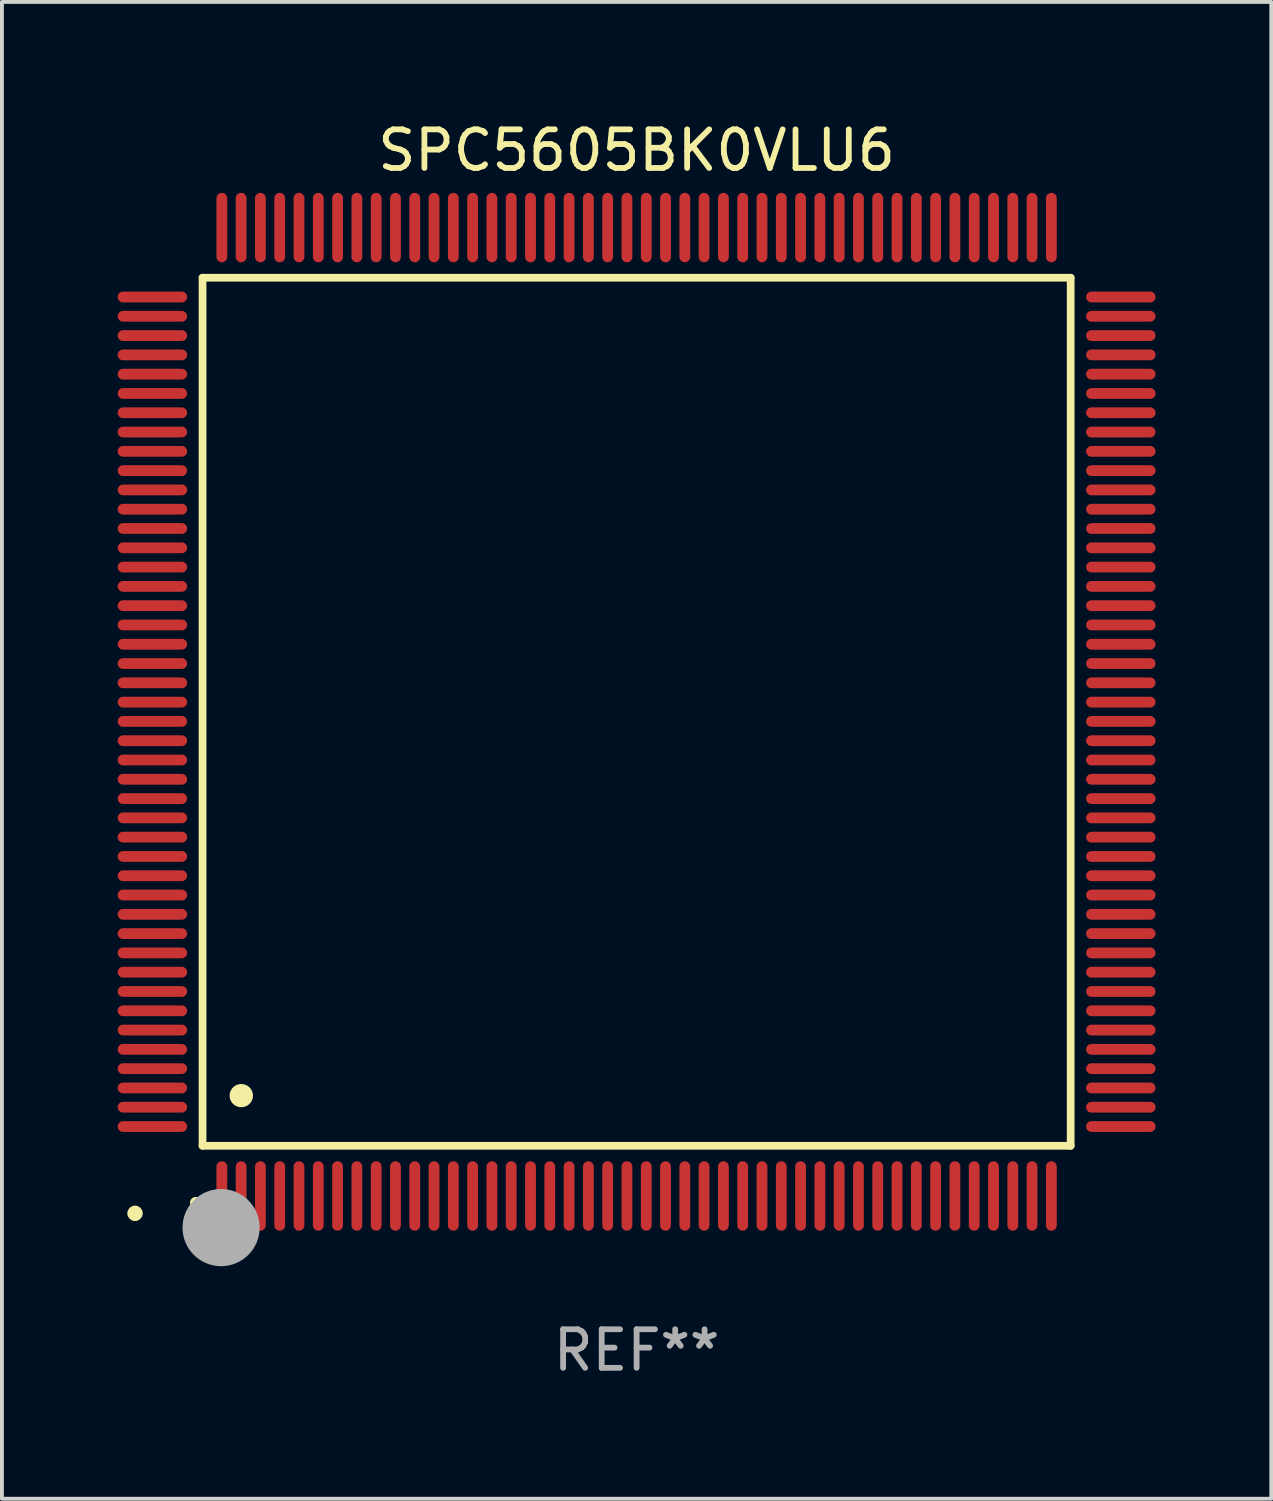
<source format=kicad_pcb>
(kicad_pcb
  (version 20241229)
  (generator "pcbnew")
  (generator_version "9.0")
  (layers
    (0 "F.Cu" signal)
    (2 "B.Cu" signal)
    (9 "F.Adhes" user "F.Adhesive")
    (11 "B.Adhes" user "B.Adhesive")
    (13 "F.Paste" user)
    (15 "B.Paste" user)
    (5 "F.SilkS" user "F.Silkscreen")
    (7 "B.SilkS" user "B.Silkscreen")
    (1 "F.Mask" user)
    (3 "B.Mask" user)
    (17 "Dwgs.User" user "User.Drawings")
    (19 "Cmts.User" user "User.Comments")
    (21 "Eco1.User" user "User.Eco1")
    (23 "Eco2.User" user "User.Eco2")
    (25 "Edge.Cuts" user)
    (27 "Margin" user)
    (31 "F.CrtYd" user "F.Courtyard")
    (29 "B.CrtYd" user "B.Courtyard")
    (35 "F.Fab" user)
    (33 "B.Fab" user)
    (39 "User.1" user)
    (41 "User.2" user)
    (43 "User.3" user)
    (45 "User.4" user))
  (footprint "SPC5605BK0VLU6"
    (layer "F.Cu")
    (at 13.45 15.398)
    (property "Reference" "SPC5605BK0VLU6" (at 0 -14.55 0) (layer "F.SilkS") (effects (font (size 1 1) (thickness 0.15))))
    (attr through_hole)
    (fp_line (start -11.25 -11.25) (end 11.25 -11.25) (stroke (width 0.2) (type solid)) (layer "F.SilkS"))
    (fp_line (start -11.25 11.25) (end -11.25 -11.25) (stroke (width 0.2) (type solid)) (layer "F.SilkS"))
    (fp_line (start 11.25 -11.25) (end 11.25 11.25) (stroke (width 0.2) (type solid)) (layer "F.SilkS"))
    (fp_line (start 11.25 11.25) (end -11.25 11.25) (stroke (width 0.2) (type solid)) (layer "F.SilkS"))
    (fp_arc (start -11.424943 12.725425) (mid -11.423673 12.72542) (end -11.422403 12.725425) (stroke (width 0.3) (type solid)) (layer "F.SilkS"))
    (fp_arc (start -10.24892 9.9492) (mid -10.24638 9.949189) (end -10.24384 9.9492) (stroke (width 0.6) (type solid)) (layer "F.SilkS"))
    (fp_circle (center -13 13) (end -12.9 13) (stroke (width 0.2) (type solid)) (fill no) (layer "F.SilkS"))
    (fp_circle (center -10.77 13.37) (end -10.27 13.37) (stroke (width 1) (type solid)) (fill no) (layer "F.Fab"))
    (fp_text user "REF**" (at 0 16.55 0) (layer "F.Fab") (effects (font (size 1 1) (thickness 0.15))))
    (pad "1" smd oval (at -10.75 12.55) (size 0.28 1.8) (layers "F.Cu" "F.Mask" "F.Paste"))
    (pad "2" smd oval (at -10.25 12.55) (size 0.28 1.8) (layers "F.Cu" "F.Mask" "F.Paste"))
    (pad "3" smd oval (at -9.75 12.55) (size 0.28 1.8) (layers "F.Cu" "F.Mask" "F.Paste"))
    (pad "4" smd oval (at -9.25 12.55) (size 0.28 1.8) (layers "F.Cu" "F.Mask" "F.Paste"))
    (pad "5" smd oval (at -8.75 12.55) (size 0.28 1.8) (layers "F.Cu" "F.Mask" "F.Paste"))
    (pad "6" smd oval (at -8.25 12.55) (size 0.28 1.8) (layers "F.Cu" "F.Mask" "F.Paste"))
    (pad "7" smd oval (at -7.75 12.55) (size 0.28 1.8) (layers "F.Cu" "F.Mask" "F.Paste"))
    (pad "8" smd oval (at -7.25 12.55) (size 0.28 1.8) (layers "F.Cu" "F.Mask" "F.Paste"))
    (pad "9" smd oval (at -6.75 12.55) (size 0.28 1.8) (layers "F.Cu" "F.Mask" "F.Paste"))
    (pad "10" smd oval (at -6.25 12.55) (size 0.28 1.8) (layers "F.Cu" "F.Mask" "F.Paste"))
    (pad "11" smd oval (at -5.75 12.55) (size 0.28 1.8) (layers "F.Cu" "F.Mask" "F.Paste"))
    (pad "12" smd oval (at -5.25 12.55) (size 0.28 1.8) (layers "F.Cu" "F.Mask" "F.Paste"))
    (pad "13" smd oval (at -4.75 12.55) (size 0.28 1.8) (layers "F.Cu" "F.Mask" "F.Paste"))
    (pad "14" smd oval (at -4.25 12.55) (size 0.28 1.8) (layers "F.Cu" "F.Mask" "F.Paste"))
    (pad "15" smd oval (at -3.75 12.55) (size 0.28 1.8) (layers "F.Cu" "F.Mask" "F.Paste"))
    (pad "16" smd oval (at -3.25 12.55) (size 0.28 1.8) (layers "F.Cu" "F.Mask" "F.Paste"))
    (pad "17" smd oval (at -2.75 12.55) (size 0.28 1.8) (layers "F.Cu" "F.Mask" "F.Paste"))
    (pad "18" smd oval (at -2.25 12.55) (size 0.28 1.8) (layers "F.Cu" "F.Mask" "F.Paste"))
    (pad "19" smd oval (at -1.75 12.55) (size 0.28 1.8) (layers "F.Cu" "F.Mask" "F.Paste"))
    (pad "20" smd oval (at -1.25 12.55) (size 0.28 1.8) (layers "F.Cu" "F.Mask" "F.Paste"))
    (pad "21" smd oval (at -0.75 12.55) (size 0.28 1.8) (layers "F.Cu" "F.Mask" "F.Paste"))
    (pad "22" smd oval (at -0.25 12.55) (size 0.28 1.8) (layers "F.Cu" "F.Mask" "F.Paste"))
    (pad "23" smd oval (at 0.25 12.55) (size 0.28 1.8) (layers "F.Cu" "F.Mask" "F.Paste"))
    (pad "24" smd oval (at 0.75 12.55) (size 0.28 1.8) (layers "F.Cu" "F.Mask" "F.Paste"))
    (pad "25" smd oval (at 1.25 12.55) (size 0.28 1.8) (layers "F.Cu" "F.Mask" "F.Paste"))
    (pad "26" smd oval (at 1.75 12.55) (size 0.28 1.8) (layers "F.Cu" "F.Mask" "F.Paste"))
    (pad "27" smd oval (at 2.25 12.55) (size 0.28 1.8) (layers "F.Cu" "F.Mask" "F.Paste"))
    (pad "28" smd oval (at 2.75 12.55) (size 0.28 1.8) (layers "F.Cu" "F.Mask" "F.Paste"))
    (pad "29" smd oval (at 3.25 12.55) (size 0.28 1.8) (layers "F.Cu" "F.Mask" "F.Paste"))
    (pad "30" smd oval (at 3.75 12.55) (size 0.28 1.8) (layers "F.Cu" "F.Mask" "F.Paste"))
    (pad "31" smd oval (at 4.25 12.55) (size 0.28 1.8) (layers "F.Cu" "F.Mask" "F.Paste"))
    (pad "32" smd oval (at 4.75 12.55) (size 0.28 1.8) (layers "F.Cu" "F.Mask" "F.Paste"))
    (pad "33" smd oval (at 5.25 12.55) (size 0.28 1.8) (layers "F.Cu" "F.Mask" "F.Paste"))
    (pad "34" smd oval (at 5.75 12.55) (size 0.28 1.8) (layers "F.Cu" "F.Mask" "F.Paste"))
    (pad "35" smd oval (at 6.25 12.55) (size 0.28 1.8) (layers "F.Cu" "F.Mask" "F.Paste"))
    (pad "36" smd oval (at 6.75 12.55) (size 0.28 1.8) (layers "F.Cu" "F.Mask" "F.Paste"))
    (pad "37" smd oval (at 7.25 12.55) (size 0.28 1.8) (layers "F.Cu" "F.Mask" "F.Paste"))
    (pad "38" smd oval (at 7.75 12.55) (size 0.28 1.8) (layers "F.Cu" "F.Mask" "F.Paste"))
    (pad "39" smd oval (at 8.25 12.55) (size 0.28 1.8) (layers "F.Cu" "F.Mask" "F.Paste"))
    (pad "40" smd oval (at 8.75 12.55) (size 0.28 1.8) (layers "F.Cu" "F.Mask" "F.Paste"))
    (pad "41" smd oval (at 9.25 12.55) (size 0.28 1.8) (layers "F.Cu" "F.Mask" "F.Paste"))
    (pad "42" smd oval (at 9.75 12.55) (size 0.28 1.8) (layers "F.Cu" "F.Mask" "F.Paste"))
    (pad "43" smd oval (at 10.25 12.55) (size 0.28 1.8) (layers "F.Cu" "F.Mask" "F.Paste"))
    (pad "44" smd oval (at 10.75 12.55) (size 0.28 1.8) (layers "F.Cu" "F.Mask" "F.Paste"))
    (pad "45" smd oval (at 12.55 10.75) (size 1.8 0.28) (layers "F.Cu" "F.Mask" "F.Paste"))
    (pad "46" smd oval (at 12.55 10.25) (size 1.8 0.28) (layers "F.Cu" "F.Mask" "F.Paste"))
    (pad "47" smd oval (at 12.55 9.75) (size 1.8 0.28) (layers "F.Cu" "F.Mask" "F.Paste"))
    (pad "48" smd oval (at 12.55 9.25) (size 1.8 0.28) (layers "F.Cu" "F.Mask" "F.Paste"))
    (pad "49" smd oval (at 12.55 8.75) (size 1.8 0.28) (layers "F.Cu" "F.Mask" "F.Paste"))
    (pad "50" smd oval (at 12.55 8.25) (size 1.8 0.28) (layers "F.Cu" "F.Mask" "F.Paste"))
    (pad "51" smd oval (at 12.55 7.75) (size 1.8 0.28) (layers "F.Cu" "F.Mask" "F.Paste"))
    (pad "52" smd oval (at 12.55 7.25) (size 1.8 0.28) (layers "F.Cu" "F.Mask" "F.Paste"))
    (pad "53" smd oval (at 12.55 6.75) (size 1.8 0.28) (layers "F.Cu" "F.Mask" "F.Paste"))
    (pad "54" smd oval (at 12.55 6.25) (size 1.8 0.28) (layers "F.Cu" "F.Mask" "F.Paste"))
    (pad "55" smd oval (at 12.55 5.75) (size 1.8 0.28) (layers "F.Cu" "F.Mask" "F.Paste"))
    (pad "56" smd oval (at 12.55 5.25) (size 1.8 0.28) (layers "F.Cu" "F.Mask" "F.Paste"))
    (pad "57" smd oval (at 12.55 4.75) (size 1.8 0.28) (layers "F.Cu" "F.Mask" "F.Paste"))
    (pad "58" smd oval (at 12.55 4.25) (size 1.8 0.28) (layers "F.Cu" "F.Mask" "F.Paste"))
    (pad "59" smd oval (at 12.55 3.75) (size 1.8 0.28) (layers "F.Cu" "F.Mask" "F.Paste"))
    (pad "60" smd oval (at 12.55 3.25) (size 1.8 0.28) (layers "F.Cu" "F.Mask" "F.Paste"))
    (pad "61" smd oval (at 12.55 2.75) (size 1.8 0.28) (layers "F.Cu" "F.Mask" "F.Paste"))
    (pad "62" smd oval (at 12.55 2.25) (size 1.8 0.28) (layers "F.Cu" "F.Mask" "F.Paste"))
    (pad "63" smd oval (at 12.55 1.75) (size 1.8 0.28) (layers "F.Cu" "F.Mask" "F.Paste"))
    (pad "64" smd oval (at 12.55 1.25) (size 1.8 0.28) (layers "F.Cu" "F.Mask" "F.Paste"))
    (pad "65" smd oval (at 12.55 0.75) (size 1.8 0.28) (layers "F.Cu" "F.Mask" "F.Paste"))
    (pad "66" smd oval (at 12.55 0.25) (size 1.8 0.28) (layers "F.Cu" "F.Mask" "F.Paste"))
    (pad "67" smd oval (at 12.55 -0.25) (size 1.8 0.28) (layers "F.Cu" "F.Mask" "F.Paste"))
    (pad "68" smd oval (at 12.55 -0.75) (size 1.8 0.28) (layers "F.Cu" "F.Mask" "F.Paste"))
    (pad "69" smd oval (at 12.55 -1.25) (size 1.8 0.28) (layers "F.Cu" "F.Mask" "F.Paste"))
    (pad "70" smd oval (at 12.55 -1.75) (size 1.8 0.28) (layers "F.Cu" "F.Mask" "F.Paste"))
    (pad "71" smd oval (at 12.55 -2.25) (size 1.8 0.28) (layers "F.Cu" "F.Mask" "F.Paste"))
    (pad "72" smd oval (at 12.55 -2.75) (size 1.8 0.28) (layers "F.Cu" "F.Mask" "F.Paste"))
    (pad "73" smd oval (at 12.55 -3.25) (size 1.8 0.28) (layers "F.Cu" "F.Mask" "F.Paste"))
    (pad "74" smd oval (at 12.55 -3.75) (size 1.8 0.28) (layers "F.Cu" "F.Mask" "F.Paste"))
    (pad "75" smd oval (at 12.55 -4.25) (size 1.8 0.28) (layers "F.Cu" "F.Mask" "F.Paste"))
    (pad "76" smd oval (at 12.55 -4.75) (size 1.8 0.28) (layers "F.Cu" "F.Mask" "F.Paste"))
    (pad "77" smd oval (at 12.55 -5.25) (size 1.8 0.28) (layers "F.Cu" "F.Mask" "F.Paste"))
    (pad "78" smd oval (at 12.55 -5.75) (size 1.8 0.28) (layers "F.Cu" "F.Mask" "F.Paste"))
    (pad "79" smd oval (at 12.55 -6.25) (size 1.8 0.28) (layers "F.Cu" "F.Mask" "F.Paste"))
    (pad "80" smd oval (at 12.55 -6.75) (size 1.8 0.28) (layers "F.Cu" "F.Mask" "F.Paste"))
    (pad "81" smd oval (at 12.55 -7.25) (size 1.8 0.28) (layers "F.Cu" "F.Mask" "F.Paste"))
    (pad "82" smd oval (at 12.55 -7.75) (size 1.8 0.28) (layers "F.Cu" "F.Mask" "F.Paste"))
    (pad "83" smd oval (at 12.55 -8.25) (size 1.8 0.28) (layers "F.Cu" "F.Mask" "F.Paste"))
    (pad "84" smd oval (at 12.55 -8.75) (size 1.8 0.28) (layers "F.Cu" "F.Mask" "F.Paste"))
    (pad "85" smd oval (at 12.55 -9.25) (size 1.8 0.28) (layers "F.Cu" "F.Mask" "F.Paste"))
    (pad "86" smd oval (at 12.55 -9.75) (size 1.8 0.28) (layers "F.Cu" "F.Mask" "F.Paste"))
    (pad "87" smd oval (at 12.55 -10.25) (size 1.8 0.28) (layers "F.Cu" "F.Mask" "F.Paste"))
    (pad "88" smd oval (at 12.55 -10.75) (size 1.8 0.28) (layers "F.Cu" "F.Mask" "F.Paste"))
    (pad "89" smd oval (at 10.75 -12.55) (size 0.28 1.8) (layers "F.Cu" "F.Mask" "F.Paste"))
    (pad "90" smd oval (at 10.25 -12.55) (size 0.28 1.8) (layers "F.Cu" "F.Mask" "F.Paste"))
    (pad "91" smd oval (at 9.75 -12.55) (size 0.28 1.8) (layers "F.Cu" "F.Mask" "F.Paste"))
    (pad "92" smd oval (at 9.25 -12.55) (size 0.28 1.8) (layers "F.Cu" "F.Mask" "F.Paste"))
    (pad "93" smd oval (at 8.75 -12.55) (size 0.28 1.8) (layers "F.Cu" "F.Mask" "F.Paste"))
    (pad "94" smd oval (at 8.25 -12.55) (size 0.28 1.8) (layers "F.Cu" "F.Mask" "F.Paste"))
    (pad "95" smd oval (at 7.75 -12.55) (size 0.28 1.8) (layers "F.Cu" "F.Mask" "F.Paste"))
    (pad "96" smd oval (at 7.25 -12.55) (size 0.28 1.8) (layers "F.Cu" "F.Mask" "F.Paste"))
    (pad "97" smd oval (at 6.75 -12.55) (size 0.28 1.8) (layers "F.Cu" "F.Mask" "F.Paste"))
    (pad "98" smd oval (at 6.25 -12.55) (size 0.28 1.8) (layers "F.Cu" "F.Mask" "F.Paste"))
    (pad "99" smd oval (at 5.75 -12.55) (size 0.28 1.8) (layers "F.Cu" "F.Mask" "F.Paste"))
    (pad "100" smd oval (at 5.25 -12.55) (size 0.28 1.8) (layers "F.Cu" "F.Mask" "F.Paste"))
    (pad "101" smd oval (at 4.75 -12.55) (size 0.28 1.8) (layers "F.Cu" "F.Mask" "F.Paste"))
    (pad "102" smd oval (at 4.25 -12.55) (size 0.28 1.8) (layers "F.Cu" "F.Mask" "F.Paste"))
    (pad "103" smd oval (at 3.75 -12.55) (size 0.28 1.8) (layers "F.Cu" "F.Mask" "F.Paste"))
    (pad "104" smd oval (at 3.25 -12.55) (size 0.28 1.8) (layers "F.Cu" "F.Mask" "F.Paste"))
    (pad "105" smd oval (at 2.75 -12.55) (size 0.28 1.8) (layers "F.Cu" "F.Mask" "F.Paste"))
    (pad "106" smd oval (at 2.25 -12.55) (size 0.28 1.8) (layers "F.Cu" "F.Mask" "F.Paste"))
    (pad "107" smd oval (at 1.75 -12.55) (size 0.28 1.8) (layers "F.Cu" "F.Mask" "F.Paste"))
    (pad "108" smd oval (at 1.25 -12.55) (size 0.28 1.8) (layers "F.Cu" "F.Mask" "F.Paste"))
    (pad "109" smd oval (at 0.75 -12.55) (size 0.28 1.8) (layers "F.Cu" "F.Mask" "F.Paste"))
    (pad "110" smd oval (at 0.25 -12.55) (size 0.28 1.8) (layers "F.Cu" "F.Mask" "F.Paste"))
    (pad "111" smd oval (at -0.25 -12.55) (size 0.28 1.8) (layers "F.Cu" "F.Mask" "F.Paste"))
    (pad "112" smd oval (at -0.75 -12.55) (size 0.28 1.8) (layers "F.Cu" "F.Mask" "F.Paste"))
    (pad "113" smd oval (at -1.25 -12.55) (size 0.28 1.8) (layers "F.Cu" "F.Mask" "F.Paste"))
    (pad "114" smd oval (at -1.75 -12.55) (size 0.28 1.8) (layers "F.Cu" "F.Mask" "F.Paste"))
    (pad "115" smd oval (at -2.25 -12.55) (size 0.28 1.8) (layers "F.Cu" "F.Mask" "F.Paste"))
    (pad "116" smd oval (at -2.75 -12.55) (size 0.28 1.8) (layers "F.Cu" "F.Mask" "F.Paste"))
    (pad "117" smd oval (at -3.25 -12.55) (size 0.28 1.8) (layers "F.Cu" "F.Mask" "F.Paste"))
    (pad "118" smd oval (at -3.75 -12.55) (size 0.28 1.8) (layers "F.Cu" "F.Mask" "F.Paste"))
    (pad "119" smd oval (at -4.25 -12.55) (size 0.28 1.8) (layers "F.Cu" "F.Mask" "F.Paste"))
    (pad "120" smd oval (at -4.75 -12.55) (size 0.28 1.8) (layers "F.Cu" "F.Mask" "F.Paste"))
    (pad "121" smd oval (at -5.25 -12.55) (size 0.28 1.8) (layers "F.Cu" "F.Mask" "F.Paste"))
    (pad "122" smd oval (at -5.75 -12.55) (size 0.28 1.8) (layers "F.Cu" "F.Mask" "F.Paste"))
    (pad "123" smd oval (at -6.25 -12.55) (size 0.28 1.8) (layers "F.Cu" "F.Mask" "F.Paste"))
    (pad "124" smd oval (at -6.75 -12.55) (size 0.28 1.8) (layers "F.Cu" "F.Mask" "F.Paste"))
    (pad "125" smd oval (at -7.25 -12.55) (size 0.28 1.8) (layers "F.Cu" "F.Mask" "F.Paste"))
    (pad "126" smd oval (at -7.75 -12.55) (size 0.28 1.8) (layers "F.Cu" "F.Mask" "F.Paste"))
    (pad "127" smd oval (at -8.25 -12.55) (size 0.28 1.8) (layers "F.Cu" "F.Mask" "F.Paste"))
    (pad "128" smd oval (at -8.75 -12.55) (size 0.28 1.8) (layers "F.Cu" "F.Mask" "F.Paste"))
    (pad "129" smd oval (at -9.25 -12.55) (size 0.28 1.8) (layers "F.Cu" "F.Mask" "F.Paste"))
    (pad "130" smd oval (at -9.75 -12.55) (size 0.28 1.8) (layers "F.Cu" "F.Mask" "F.Paste"))
    (pad "131" smd oval (at -10.25 -12.55) (size 0.28 1.8) (layers "F.Cu" "F.Mask" "F.Paste"))
    (pad "132" smd oval (at -10.75 -12.55) (size 0.28 1.8) (layers "F.Cu" "F.Mask" "F.Paste"))
    (pad "133" smd oval (at -12.55 -10.75) (size 1.8 0.28) (layers "F.Cu" "F.Mask" "F.Paste"))
    (pad "134" smd oval (at -12.55 -10.25) (size 1.8 0.28) (layers "F.Cu" "F.Mask" "F.Paste"))
    (pad "135" smd oval (at -12.55 -9.75) (size 1.8 0.28) (layers "F.Cu" "F.Mask" "F.Paste"))
    (pad "136" smd oval (at -12.55 -9.25) (size 1.8 0.28) (layers "F.Cu" "F.Mask" "F.Paste"))
    (pad "137" smd oval (at -12.55 -8.75) (size 1.8 0.28) (layers "F.Cu" "F.Mask" "F.Paste"))
    (pad "138" smd oval (at -12.55 -8.25) (size 1.8 0.28) (layers "F.Cu" "F.Mask" "F.Paste"))
    (pad "139" smd oval (at -12.55 -7.75) (size 1.8 0.28) (layers "F.Cu" "F.Mask" "F.Paste"))
    (pad "140" smd oval (at -12.55 -7.25) (size 1.8 0.28) (layers "F.Cu" "F.Mask" "F.Paste"))
    (pad "141" smd oval (at -12.55 -6.75) (size 1.8 0.28) (layers "F.Cu" "F.Mask" "F.Paste"))
    (pad "142" smd oval (at -12.55 -6.25) (size 1.8 0.28) (layers "F.Cu" "F.Mask" "F.Paste"))
    (pad "143" smd oval (at -12.55 -5.75) (size 1.8 0.28) (layers "F.Cu" "F.Mask" "F.Paste"))
    (pad "144" smd oval (at -12.55 -5.25) (size 1.8 0.28) (layers "F.Cu" "F.Mask" "F.Paste"))
    (pad "145" smd oval (at -12.55 -4.75) (size 1.8 0.28) (layers "F.Cu" "F.Mask" "F.Paste"))
    (pad "146" smd oval (at -12.55 -4.25) (size 1.8 0.28) (layers "F.Cu" "F.Mask" "F.Paste"))
    (pad "147" smd oval (at -12.55 -3.75) (size 1.8 0.28) (layers "F.Cu" "F.Mask" "F.Paste"))
    (pad "148" smd oval (at -12.55 -3.25) (size 1.8 0.28) (layers "F.Cu" "F.Mask" "F.Paste"))
    (pad "149" smd oval (at -12.55 -2.75) (size 1.8 0.28) (layers "F.Cu" "F.Mask" "F.Paste"))
    (pad "150" smd oval (at -12.55 -2.25) (size 1.8 0.28) (layers "F.Cu" "F.Mask" "F.Paste"))
    (pad "151" smd oval (at -12.55 -1.75) (size 1.8 0.28) (layers "F.Cu" "F.Mask" "F.Paste"))
    (pad "152" smd oval (at -12.55 -1.25) (size 1.8 0.28) (layers "F.Cu" "F.Mask" "F.Paste"))
    (pad "153" smd oval (at -12.55 -0.75) (size 1.8 0.28) (layers "F.Cu" "F.Mask" "F.Paste"))
    (pad "154" smd oval (at -12.55 -0.25) (size 1.8 0.28) (layers "F.Cu" "F.Mask" "F.Paste"))
    (pad "155" smd oval (at -12.55 0.25) (size 1.8 0.28) (layers "F.Cu" "F.Mask" "F.Paste"))
    (pad "156" smd oval (at -12.55 0.75) (size 1.8 0.28) (layers "F.Cu" "F.Mask" "F.Paste"))
    (pad "157" smd oval (at -12.55 1.25) (size 1.8 0.28) (layers "F.Cu" "F.Mask" "F.Paste"))
    (pad "158" smd oval (at -12.55 1.75) (size 1.8 0.28) (layers "F.Cu" "F.Mask" "F.Paste"))
    (pad "159" smd oval (at -12.55 2.25) (size 1.8 0.28) (layers "F.Cu" "F.Mask" "F.Paste"))
    (pad "160" smd oval (at -12.55 2.75) (size 1.8 0.28) (layers "F.Cu" "F.Mask" "F.Paste"))
    (pad "161" smd oval (at -12.55 3.25) (size 1.8 0.28) (layers "F.Cu" "F.Mask" "F.Paste"))
    (pad "162" smd oval (at -12.55 3.75) (size 1.8 0.28) (layers "F.Cu" "F.Mask" "F.Paste"))
    (pad "163" smd oval (at -12.55 4.25) (size 1.8 0.28) (layers "F.Cu" "F.Mask" "F.Paste"))
    (pad "164" smd oval (at -12.55 4.75) (size 1.8 0.28) (layers "F.Cu" "F.Mask" "F.Paste"))
    (pad "165" smd oval (at -12.55 5.25) (size 1.8 0.28) (layers "F.Cu" "F.Mask" "F.Paste"))
    (pad "166" smd oval (at -12.55 5.75) (size 1.8 0.28) (layers "F.Cu" "F.Mask" "F.Paste"))
    (pad "167" smd oval (at -12.55 6.25) (size 1.8 0.28) (layers "F.Cu" "F.Mask" "F.Paste"))
    (pad "168" smd oval (at -12.55 6.75) (size 1.8 0.28) (layers "F.Cu" "F.Mask" "F.Paste"))
    (pad "169" smd oval (at -12.55 7.25) (size 1.8 0.28) (layers "F.Cu" "F.Mask" "F.Paste"))
    (pad "170" smd oval (at -12.55 7.75) (size 1.8 0.28) (layers "F.Cu" "F.Mask" "F.Paste"))
    (pad "171" smd oval (at -12.55 8.25) (size 1.8 0.28) (layers "F.Cu" "F.Mask" "F.Paste"))
    (pad "172" smd oval (at -12.55 8.75) (size 1.8 0.28) (layers "F.Cu" "F.Mask" "F.Paste"))
    (pad "173" smd oval (at -12.55 9.25) (size 1.8 0.28) (layers "F.Cu" "F.Mask" "F.Paste"))
    (pad "174" smd oval (at -12.55 9.75) (size 1.8 0.28) (layers "F.Cu" "F.Mask" "F.Paste"))
    (pad "175" smd oval (at -12.55 10.25) (size 1.8 0.28) (layers "F.Cu" "F.Mask" "F.Paste"))
    (pad "176" smd oval (at -12.55 10.75) (size 1.8 0.28) (layers "F.Cu" "F.Mask" "F.Paste")))
  (gr_rect
    (start -3 -3)
    (end 29.9 35.796)
    (stroke (width 0.1) (type default))
    (fill no)
    (layer "Edge.Cuts")))
</source>
